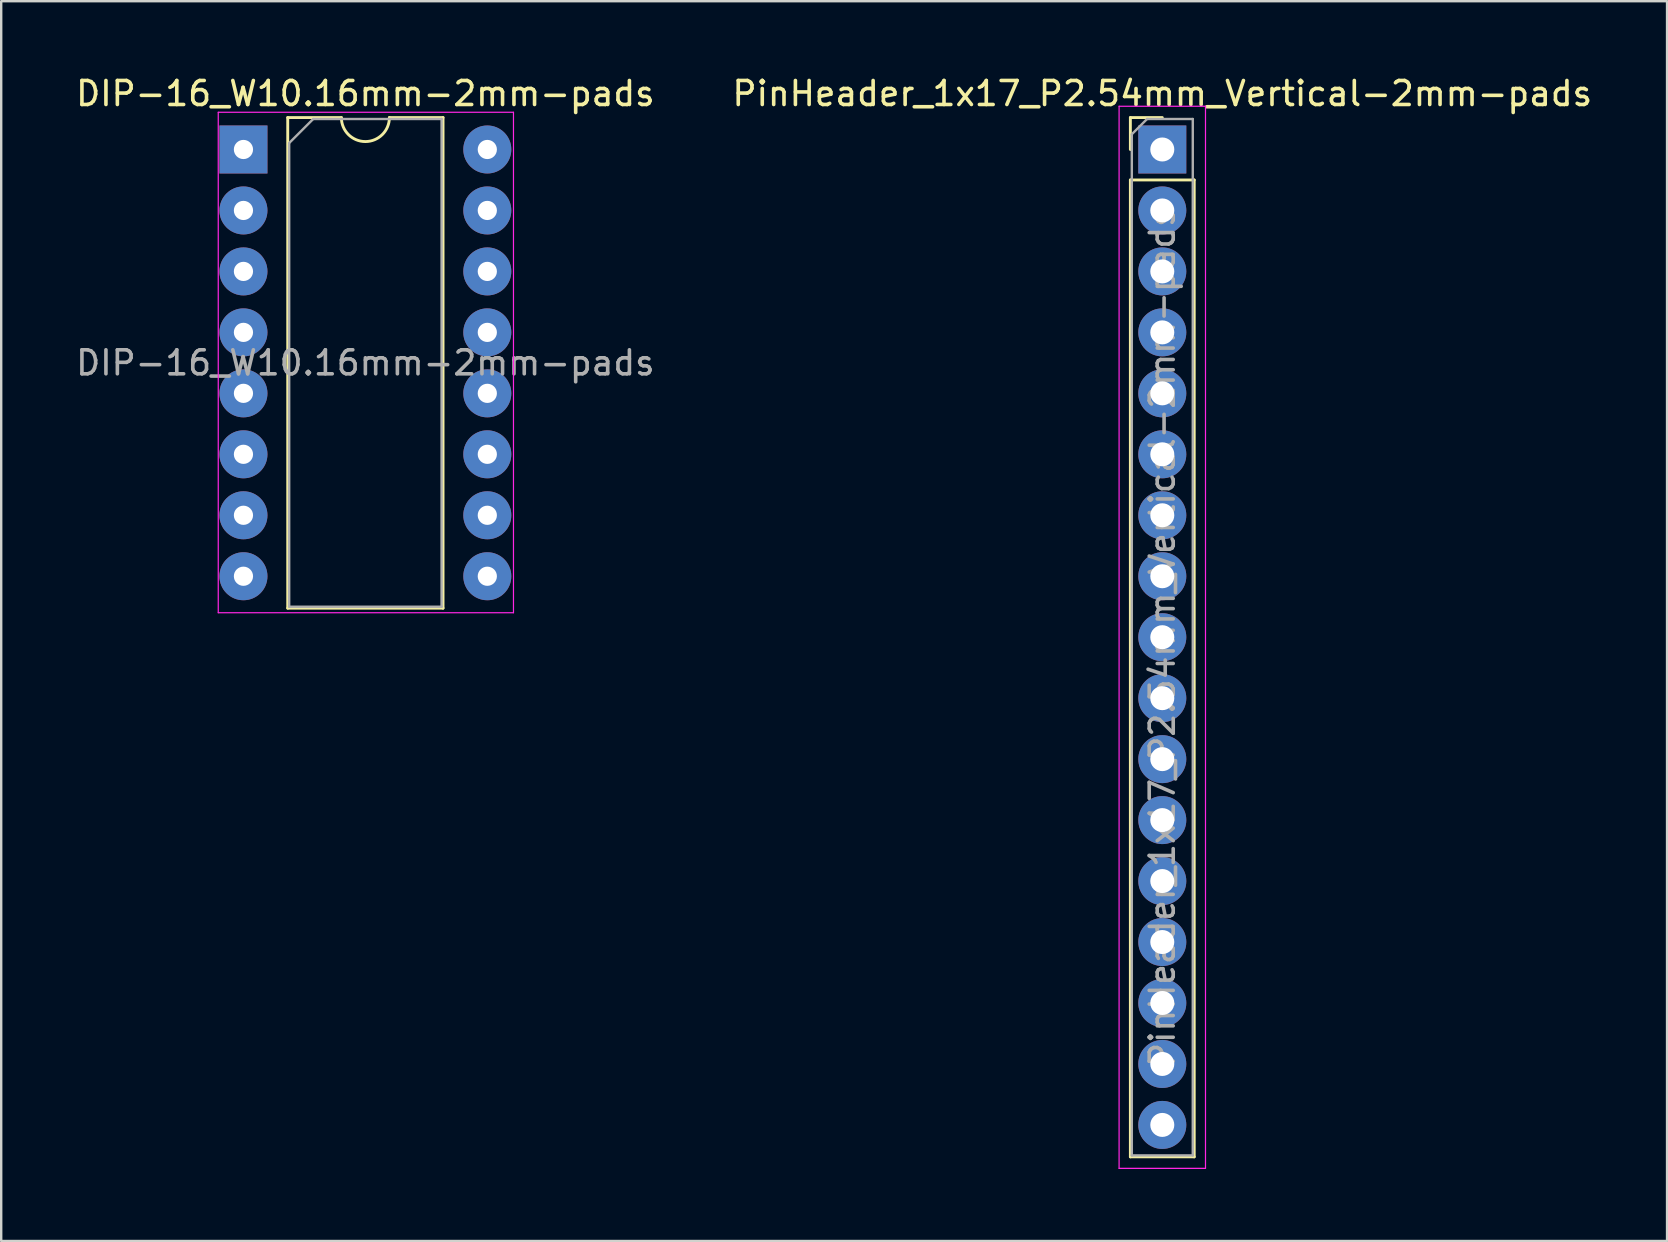
<source format=kicad_pcb>
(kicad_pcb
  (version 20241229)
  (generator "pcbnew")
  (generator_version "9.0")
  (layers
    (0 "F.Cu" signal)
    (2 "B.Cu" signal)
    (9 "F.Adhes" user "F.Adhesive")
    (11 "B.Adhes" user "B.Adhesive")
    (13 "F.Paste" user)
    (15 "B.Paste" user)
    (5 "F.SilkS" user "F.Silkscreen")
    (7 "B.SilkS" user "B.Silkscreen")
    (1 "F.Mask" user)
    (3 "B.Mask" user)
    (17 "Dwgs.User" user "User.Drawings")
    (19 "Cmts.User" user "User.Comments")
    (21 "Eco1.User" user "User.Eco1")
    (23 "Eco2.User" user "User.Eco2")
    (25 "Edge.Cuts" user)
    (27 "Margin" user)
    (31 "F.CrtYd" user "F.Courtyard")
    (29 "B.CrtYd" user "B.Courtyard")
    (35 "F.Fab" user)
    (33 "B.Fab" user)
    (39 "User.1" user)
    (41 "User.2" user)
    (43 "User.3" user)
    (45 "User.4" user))
  (footprint "PinHeader_1x17_P2.54mm_Vertical-2mm-pads"
    (layer "F.Cu")
    (at 45.375 3.178)
    (property "Reference" "PinHeader_1x17_P2.54mm_Vertical-2mm-pads" (at 0 -2.33 0) (layer "F.SilkS") (effects (font (size 1 1) (thickness 0.15))))
    (attr through_hole)
    (fp_line (start -1.33 -1.33) (end 0 -1.33) (stroke (width 0.12) (type solid)) (layer "F.SilkS"))
    (fp_line (start -1.33 0) (end -1.33 -1.33) (stroke (width 0.12) (type solid)) (layer "F.SilkS"))
    (fp_line (start -1.33 1.27) (end -1.33 41.97) (stroke (width 0.12) (type solid)) (layer "F.SilkS"))
    (fp_line (start -1.33 1.27) (end 1.33 1.27) (stroke (width 0.12) (type solid)) (layer "F.SilkS"))
    (fp_line (start -1.33 41.97) (end 1.33 41.97) (stroke (width 0.12) (type solid)) (layer "F.SilkS"))
    (fp_line (start 1.33 1.27) (end 1.33 41.97) (stroke (width 0.12) (type solid)) (layer "F.SilkS"))
    (fp_line (start -1.8 -1.8) (end -1.8 42.45) (stroke (width 0.05) (type solid)) (layer "F.CrtYd"))
    (fp_line (start -1.8 42.45) (end 1.8 42.45) (stroke (width 0.05) (type solid)) (layer "F.CrtYd"))
    (fp_line (start 1.8 -1.8) (end -1.8 -1.8) (stroke (width 0.05) (type solid)) (layer "F.CrtYd"))
    (fp_line (start 1.8 42.45) (end 1.8 -1.8) (stroke (width 0.05) (type solid)) (layer "F.CrtYd"))
    (fp_line (start -1.27 -0.635) (end -0.635 -1.27) (stroke (width 0.1) (type solid)) (layer "F.Fab"))
    (fp_line (start -1.27 41.91) (end -1.27 -0.635) (stroke (width 0.1) (type solid)) (layer "F.Fab"))
    (fp_line (start -0.635 -1.27) (end 1.27 -1.27) (stroke (width 0.1) (type solid)) (layer "F.Fab"))
    (fp_line (start 1.27 -1.27) (end 1.27 41.91) (stroke (width 0.1) (type solid)) (layer "F.Fab"))
    (fp_line (start 1.27 41.91) (end -1.27 41.91) (stroke (width 0.1) (type solid)) (layer "F.Fab"))
    (fp_text user "${REFERENCE}" (at 0 20.32 90) (layer "F.Fab") (effects (font (size 1 1) (thickness 0.15))))
    (pad "1" thru_hole rect (at 0 0) (size 2 2) (drill 1) (layers "*.Cu" "*.Mask"))
    (pad "2" thru_hole oval (at 0 2.54) (size 2 2) (drill 1) (layers "*.Cu" "*.Mask"))
    (pad "3" thru_hole oval (at 0 5.08) (size 2 2) (drill 1) (layers "*.Cu" "*.Mask"))
    (pad "4" thru_hole oval (at 0 7.62) (size 2 2) (drill 1) (layers "*.Cu" "*.Mask"))
    (pad "5" thru_hole oval (at 0 10.16) (size 2 2) (drill 1) (layers "*.Cu" "*.Mask"))
    (pad "6" thru_hole oval (at 0 12.7) (size 2 2) (drill 1) (layers "*.Cu" "*.Mask"))
    (pad "7" thru_hole oval (at 0 15.24) (size 2 2) (drill 1) (layers "*.Cu" "*.Mask"))
    (pad "8" thru_hole oval (at 0 17.78) (size 2 2) (drill 1) (layers "*.Cu" "*.Mask"))
    (pad "9" thru_hole oval (at 0 20.32) (size 2 2) (drill 1) (layers "*.Cu" "*.Mask"))
    (pad "10" thru_hole oval (at 0 22.86) (size 2 2) (drill 1) (layers "*.Cu" "*.Mask"))
    (pad "11" thru_hole oval (at 0 25.4) (size 2 2) (drill 1) (layers "*.Cu" "*.Mask"))
    (pad "12" thru_hole oval (at 0 27.94) (size 2 2) (drill 1) (layers "*.Cu" "*.Mask"))
    (pad "13" thru_hole oval (at 0 30.48) (size 2 2) (drill 1) (layers "*.Cu" "*.Mask"))
    (pad "14" thru_hole oval (at 0 33.02) (size 2 2) (drill 1) (layers "*.Cu" "*.Mask"))
    (pad "15" thru_hole oval (at 0 35.56) (size 2 2) (drill 1) (layers "*.Cu" "*.Mask"))
    (pad "16" thru_hole oval (at 0 38.1) (size 2 2) (drill 1) (layers "*.Cu" "*.Mask"))
    (pad "17" thru_hole oval (at 0 40.64) (size 2 2) (drill 1) (layers "*.Cu" "*.Mask")))
  (footprint "DIP-16_W10.16mm-2mm-pads"
    (layer "F.Cu")
    (at 7.093 3.178)
    (property "Reference" "DIP-16_W10.16mm-2mm-pads" (at 5.08 -2.33 0) (layer "F.SilkS") (effects (font (size 1 1) (thickness 0.15))))
    (attr through_hole)
    (fp_line (start 1.845 -1.33) (end 1.845 19.11) (stroke (width 0.12) (type solid)) (layer "F.SilkS"))
    (fp_line (start 1.845 19.11) (end 8.315 19.11) (stroke (width 0.12) (type solid)) (layer "F.SilkS"))
    (fp_line (start 4.08 -1.33) (end 1.845 -1.33) (stroke (width 0.12) (type solid)) (layer "F.SilkS"))
    (fp_line (start 8.315 -1.33) (end 6.08 -1.33) (stroke (width 0.12) (type solid)) (layer "F.SilkS"))
    (fp_line (start 8.315 19.11) (end 8.315 -1.33) (stroke (width 0.12) (type solid)) (layer "F.SilkS"))
    (fp_arc (start 6.08 -1.33) (mid 5.08 -0.33) (end 4.08 -1.33) (stroke (width 0.12) (type solid)) (layer "F.SilkS"))
    (fp_line (start -1.05 -1.55) (end -1.05 19.3) (stroke (width 0.05) (type solid)) (layer "F.CrtYd"))
    (fp_line (start -1.05 19.3) (end 11.25 19.3) (stroke (width 0.05) (type solid)) (layer "F.CrtYd"))
    (fp_line (start 11.25 -1.55) (end -1.05 -1.55) (stroke (width 0.05) (type solid)) (layer "F.CrtYd"))
    (fp_line (start 11.25 19.3) (end 11.25 -1.55) (stroke (width 0.05) (type solid)) (layer "F.CrtYd"))
    (fp_line (start 1.905 -0.27) (end 2.905 -1.27) (stroke (width 0.1) (type solid)) (layer "F.Fab"))
    (fp_line (start 1.905 19.05) (end 1.905 -0.27) (stroke (width 0.1) (type solid)) (layer "F.Fab"))
    (fp_line (start 2.905 -1.27) (end 8.255 -1.27) (stroke (width 0.1) (type solid)) (layer "F.Fab"))
    (fp_line (start 8.255 -1.27) (end 8.255 19.05) (stroke (width 0.1) (type solid)) (layer "F.Fab"))
    (fp_line (start 8.255 19.05) (end 1.905 19.05) (stroke (width 0.1) (type solid)) (layer "F.Fab"))
    (fp_text user "${REFERENCE}" (at 5.08 8.89 0) (layer "F.Fab") (effects (font (size 1 1) (thickness 0.15))))
    (pad "1" thru_hole rect (at 0 0) (size 2 2) (drill 0.8) (layers "*.Cu" "*.Mask"))
    (pad "2" thru_hole oval (at 0 2.54) (size 2 2) (drill 0.8) (layers "*.Cu" "*.Mask"))
    (pad "3" thru_hole oval (at 0 5.08) (size 2 2) (drill 0.8) (layers "*.Cu" "*.Mask"))
    (pad "4" thru_hole oval (at 0 7.62) (size 2 2) (drill 0.8) (layers "*.Cu" "*.Mask"))
    (pad "5" thru_hole oval (at 0 10.16) (size 2 2) (drill 0.8) (layers "*.Cu" "*.Mask"))
    (pad "6" thru_hole oval (at 0 12.7) (size 2 2) (drill 0.8) (layers "*.Cu" "*.Mask"))
    (pad "7" thru_hole oval (at 0 15.24) (size 2 2) (drill 0.8) (layers "*.Cu" "*.Mask"))
    (pad "8" thru_hole oval (at 0 17.78) (size 2 2) (drill 0.8) (layers "*.Cu" "*.Mask"))
    (pad "9" thru_hole oval (at 10.16 17.78) (size 2 2) (drill 0.8) (layers "*.Cu" "*.Mask"))
    (pad "10" thru_hole oval (at 10.16 15.24) (size 2 2) (drill 0.8) (layers "*.Cu" "*.Mask"))
    (pad "11" thru_hole oval (at 10.16 12.7) (size 2 2) (drill 0.8) (layers "*.Cu" "*.Mask"))
    (pad "12" thru_hole oval (at 10.16 10.16) (size 2 2) (drill 0.8) (layers "*.Cu" "*.Mask"))
    (pad "13" thru_hole oval (at 10.16 7.62) (size 2 2) (drill 0.8) (layers "*.Cu" "*.Mask"))
    (pad "14" thru_hole oval (at 10.16 5.08) (size 2 2) (drill 0.8) (layers "*.Cu" "*.Mask"))
    (pad "15" thru_hole oval (at 10.16 2.54) (size 2 2) (drill 0.8) (layers "*.Cu" "*.Mask"))
    (pad "16" thru_hole oval (at 10.16 0) (size 2 2) (drill 0.8) (layers "*.Cu" "*.Mask")))
  (gr_rect
    (start -3 -3)
    (end 66.405 48.653)
    (stroke (width 0.1) (type default))
    (fill no)
    (layer "Edge.Cuts")))
</source>
